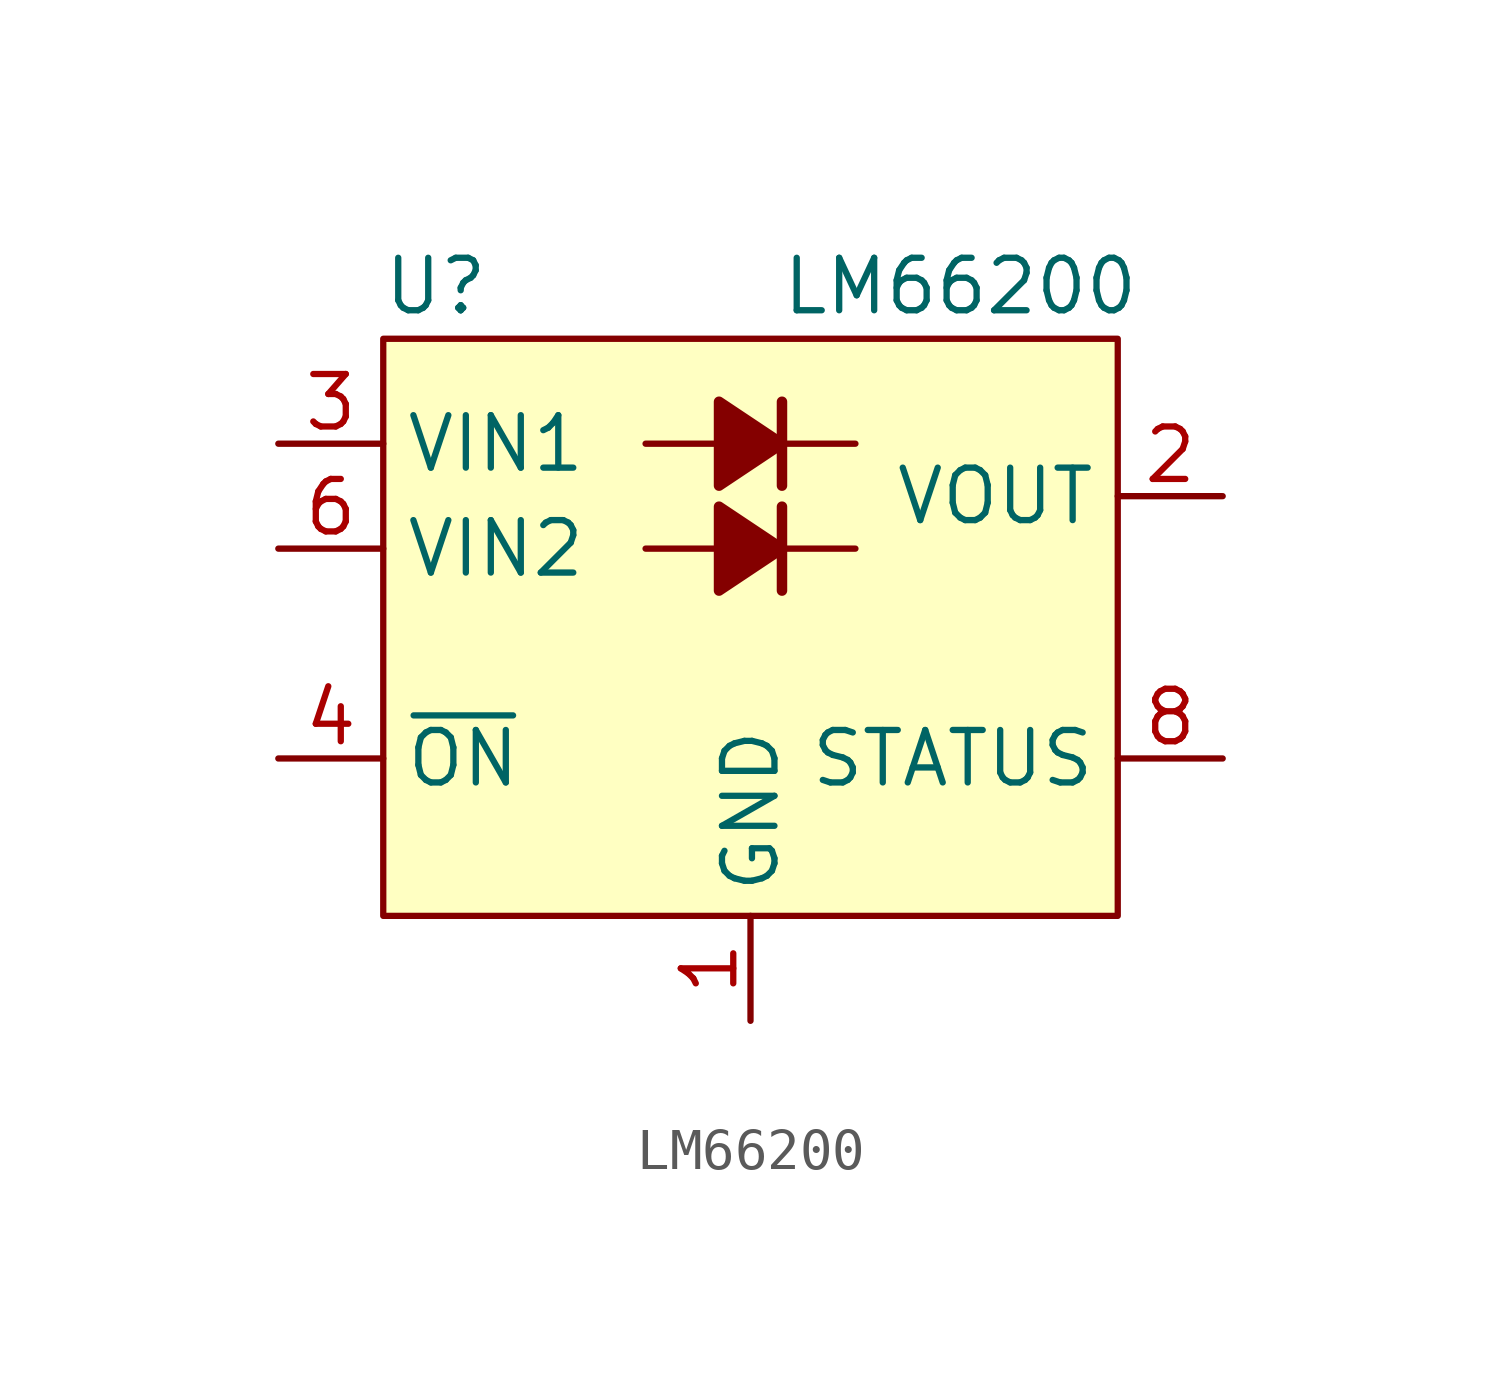
<source format=kicad_sym>
(kicad_symbol_lib
  (version 20211014)
  (generator kicad_symbol_editor)
  (symbol "LM66200"
    (property "Reference" "U"
      (at -7.62 6.35 0)
      (effects (font (size 1.27 1.27))))
    (property "Value" "LM66200"
      (at 5.08 6.35 0)
      (effects (font (size 1.27 1.27))))
    (symbol "LM66200_0_1"
      (rectangle (start -8.89 5.08) (end 8.89 -8.89) (stroke (width 0.152) (type default) (color 0 0 0 0)) (fill (type background)))
      (polyline (pts (xy -2.54 0) (xy 2.54 0)) (stroke (width 0.152) (type default) (color 0 0 0 0)) (fill (type none)))
      (polyline (pts (xy -2.54 2.54) (xy 2.54 2.54)) (stroke (width 0.152) (type default) (color 0 0 0 0)) (fill (type none)))
      (polyline (pts (xy 0.762 1.016) (xy 0.762 -1.016)) (stroke (width 0.254) (type default) (color 0 0 0 0)) (fill (type none)))
      (polyline (pts (xy 0.762 3.556) (xy 0.762 1.524)) (stroke (width 0.254) (type default) (color 0 0 0 0)) (fill (type none)))
      (polyline (pts (xy -0.762 1.016) (xy 0.762 0) (xy -0.762 -1.016) (xy -0.762 1.016)) (stroke (width 0.254) (type default) (color 0 0 0 0)) (fill (type outline)))
      (polyline (pts (xy -0.762 3.556) (xy 0.762 2.54) (xy -0.762 1.524) (xy -0.762 3.556)) (stroke (width 0.254) (type default) (color 0 0 0 0)) (fill (type outline))))
    (symbol "LM66200_1_1"
      (pin power_in line (at 0 -11.43 90) (length 2.54) (name "GND" (effects (font (size 1.27 1.27)))) (number "1" (effects (font (size 1.27 1.27)))))
      (pin power_out line (at 11.43 1.27 180) (length 2.54) (name "VOUT" (effects (font (size 1.27 1.27)))) (number "2" (effects (font (size 1.27 1.27)))))
      (pin power_in line (at -11.43 2.54 0) (length 2.54) (name "VIN1" (effects (font (size 1.27 1.27)))) (number "3" (effects (font (size 1.27 1.27)))))
      (pin input line (at -11.43 -5.08 0) (length 2.54) (name "~{ON}" (effects (font (size 1.27 1.27)))) (number "4" (effects (font (size 1.27 1.27)))))
      (pin power_in line (at 0 -11.43 90) (length 2.54) hide (name "GND" (effects (font (size 1.27 1.27)))) (number "5" (effects (font (size 1.27 1.27)))))
      (pin power_in line (at -11.43 0 0) (length 2.54) (name "VIN2" (effects (font (size 1.27 1.27)))) (number "6" (effects (font (size 1.27 1.27)))))
      (pin power_out line (at 11.43 1.27 180) (length 2.54) hide (name "VOUT" (effects (font (size 1.27 1.27)))) (number "7" (effects (font (size 1.27 1.27)))))
      (pin output line (at 11.43 -5.08 180) (length 2.54) (name "STATUS" (effects (font (size 1.27 1.27)))) (number "8" (effects (font (size 1.27 1.27))))))))
</source>
